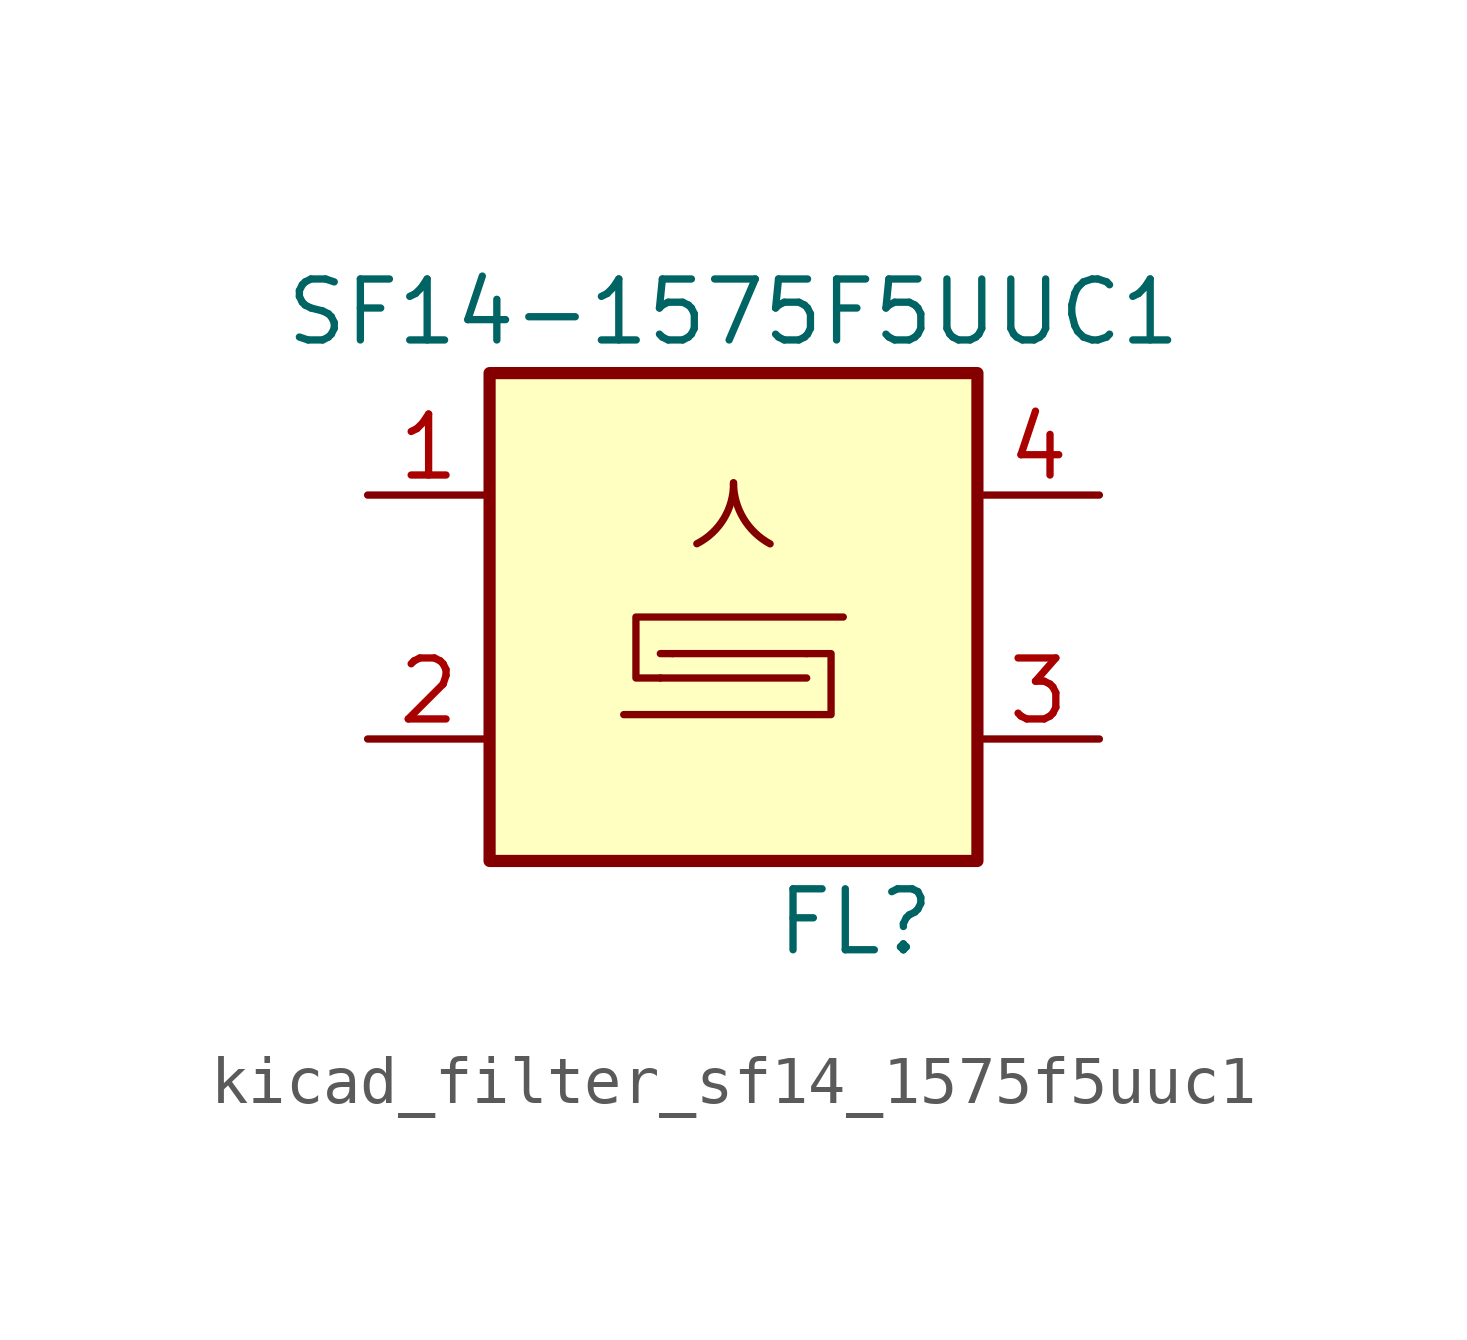
<source format=kicad_sym>
(kicad_symbol_lib
  (version 20220914)
  (generator kicad_symbol_editor)
  (symbol "kicad_filter_sf14_1575f5uuc1"
    (pin_names
      (offset 1.016))
    (property "Reference" "FL"
      (at 2.54 -6.35 0)
      (effects (font (size 1.27 1.27))))
    (property "Value" "SF14-1575F5UUC1"
      (at 0 6.35 0)
      (effects (font (size 1.27 1.27))))
    (symbol "kicad_filter_sf14_1575f5uuc1_0_1"
      (rectangle (start -5.08 5.08) (end 5.08 -5.08) (stroke (width 0.254) (type default)) (fill (type background)))
      (arc (start -0.762 1.524) (mid -0.1988 2.0511) (end 0 2.794) (stroke (width 0) (type default)) (fill (type none)))
      (polyline (pts (xy -1.524 -0.762) (xy -1.27 -0.762)) (stroke (width 0) (type default)) (fill (type none)))
      (polyline (pts (xy 1.524 -1.27) (xy -1.524 -1.27)) (stroke (width 0) (type default)) (fill (type none)))
      (polyline (pts (xy 1.524 -0.762) (xy -1.27 -0.762)) (stroke (width 0) (type default)) (fill (type none)))
      (polyline (pts (xy -1.524 -1.27) (xy -2.032 -1.27) (xy -2.032 0) (xy 2.286 0)) (stroke (width 0) (type default)) (fill (type none)))
      (polyline (pts (xy 1.524 -0.762) (xy 2.032 -0.762) (xy 2.032 -2.032) (xy -2.286 -2.032)) (stroke (width 0) (type default)) (fill (type none)))
      (arc (start 0 2.794) (mid 0.2065 2.0558) (end 0.762 1.524) (stroke (width 0) (type default)) (fill (type none))))
    (symbol "kicad_filter_sf14_1575f5uuc1_1_1"
      (pin passive line (at -7.62 2.54 0) (length 2.54) (name "~" (effects (font (size 1.27 1.27)))) (number "1" (effects (font (size 1.27 1.27)))))
      (pin passive line (at -7.62 -2.54 0) (length 2.54) (name "~" (effects (font (size 1.27 1.27)))) (number "2" (effects (font (size 1.27 1.27)))))
      (pin passive line (at 7.62 -2.54 180) (length 2.54) (name "~" (effects (font (size 1.27 1.27)))) (number "3" (effects (font (size 1.27 1.27)))))
      (pin passive line (at 7.62 2.54 180) (length 2.54) (name "~" (effects (font (size 1.27 1.27)))) (number "4" (effects (font (size 1.27 1.27)))))
      (pin passive line (at -7.62 -2.54 0) (length 2.54) hide (name "~" (effects (font (size 1.27 1.27)))) (number "5" (effects (font (size 1.27 1.27))))))))
</source>
